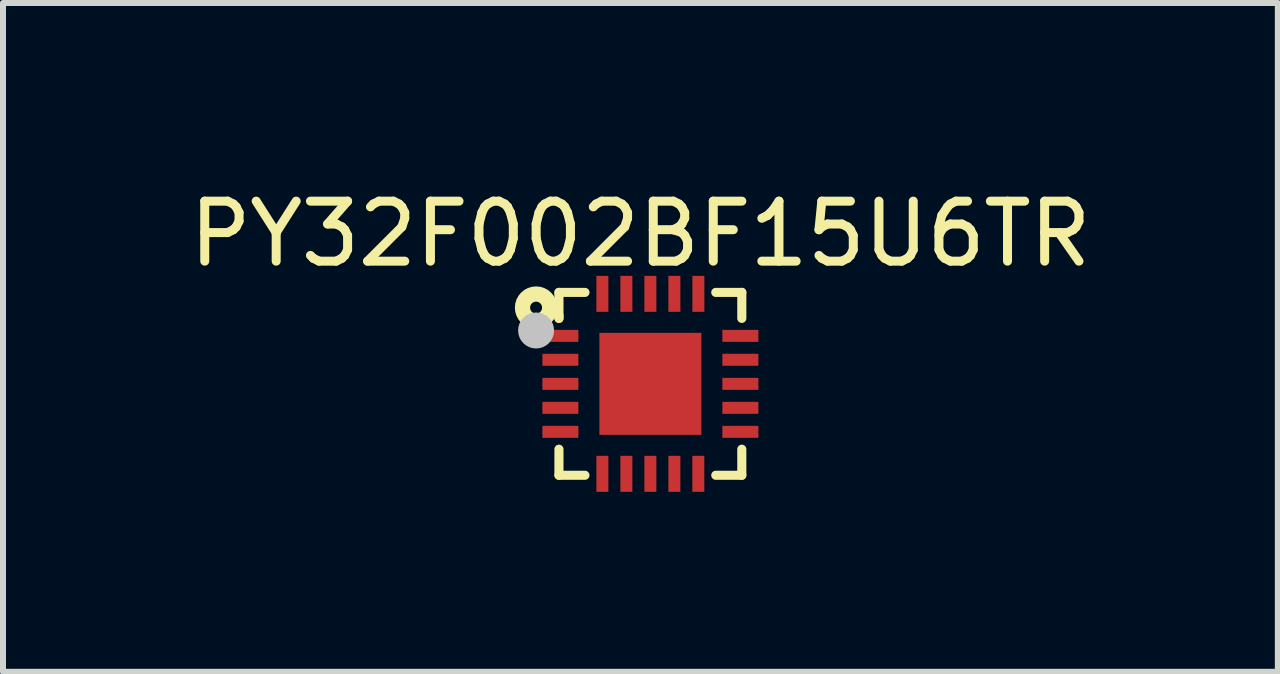
<source format=kicad_pcb>
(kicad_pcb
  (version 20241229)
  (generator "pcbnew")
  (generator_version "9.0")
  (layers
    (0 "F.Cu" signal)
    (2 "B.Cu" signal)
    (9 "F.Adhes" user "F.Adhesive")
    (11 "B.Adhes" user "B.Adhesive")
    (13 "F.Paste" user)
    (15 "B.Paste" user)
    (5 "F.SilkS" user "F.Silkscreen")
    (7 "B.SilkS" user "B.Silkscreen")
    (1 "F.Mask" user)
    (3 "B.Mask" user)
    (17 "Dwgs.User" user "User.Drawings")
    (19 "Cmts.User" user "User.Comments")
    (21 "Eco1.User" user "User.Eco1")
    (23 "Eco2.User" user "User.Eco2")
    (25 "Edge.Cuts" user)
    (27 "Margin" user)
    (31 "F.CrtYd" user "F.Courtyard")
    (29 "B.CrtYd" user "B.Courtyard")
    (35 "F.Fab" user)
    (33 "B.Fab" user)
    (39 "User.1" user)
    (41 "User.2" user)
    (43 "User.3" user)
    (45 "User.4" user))
  (footprint "PY32F002BF15U6TR"
    (layer "F.Cu")
    (at 7.791 3.348)
    (property "Reference" "PY32F002BF15U6TR" (at -0.166 -2.5 0) (layer "F.SilkS") (effects (font (size 1 1) (thickness 0.15))))
    (fp_line (start -1.524 -1.524) (end -1.09 -1.524) (stroke (width 0.152) (type default)) (layer "F.SilkS"))
    (fp_line (start -1.524 -1.091) (end -1.524 -1.524) (stroke (width 0.152) (type default)) (layer "F.SilkS"))
    (fp_line (start -1.524 -1.091) (end -1.524 -1.143) (stroke (width 0.152) (type default)) (layer "F.SilkS"))
    (fp_line (start -1.524 1.524) (end -1.524 1.09) (stroke (width 0.152) (type default)) (layer "F.SilkS"))
    (fp_line (start -1.091 1.524) (end -1.524 1.524) (stroke (width 0.152) (type default)) (layer "F.SilkS"))
    (fp_line (start 1.09 -1.524) (end 1.524 -1.524) (stroke (width 0.152) (type default)) (layer "F.SilkS"))
    (fp_line (start 1.524 -1.524) (end 1.524 -1.091) (stroke (width 0.152) (type default)) (layer "F.SilkS"))
    (fp_line (start 1.524 1.09) (end 1.524 1.524) (stroke (width 0.152) (type default)) (layer "F.SilkS"))
    (fp_line (start 1.524 1.524) (end 1.09 1.524) (stroke (width 0.152) (type default)) (layer "F.SilkS"))
    (fp_circle (center -1.905 -1.27) (end -1.805 -1.27) (stroke (width 0.254) (type default)) (fill no) (layer "F.SilkS"))
    (fp_poly (pts (xy -1.2 -0.7) (xy -1.2 -0.9) (xy -1.8 -0.9) (xy -1.8 -0.7)) (stroke (width 0) (type default)) (fill yes) (layer "F.Paste"))
    (fp_poly (pts (xy -1.2 -0.3) (xy -1.2 -0.5) (xy -1.8 -0.5) (xy -1.8 -0.3)) (stroke (width 0) (type default)) (fill yes) (layer "F.Paste"))
    (fp_poly (pts (xy -1.2 0.1) (xy -1.2 -0.1) (xy -1.8 -0.1) (xy -1.8 0.1)) (stroke (width 0) (type default)) (fill yes) (layer "F.Paste"))
    (fp_poly (pts (xy -1.2 0.5) (xy -1.2 0.3) (xy -1.8 0.3) (xy -1.8 0.5)) (stroke (width 0) (type default)) (fill yes) (layer "F.Paste"))
    (fp_poly (pts (xy -1.2 0.9) (xy -1.2 0.7) (xy -1.8 0.7) (xy -1.8 0.9)) (stroke (width 0) (type default)) (fill yes) (layer "F.Paste"))
    (fp_poly (pts (xy -0.7 -1.8) (xy -0.9 -1.8) (xy -0.9 -1.2) (xy -0.7 -1.2)) (stroke (width 0) (type default)) (fill yes) (layer "F.Paste"))
    (fp_poly (pts (xy -0.7 1.2) (xy -0.9 1.2) (xy -0.9 1.8) (xy -0.7 1.8)) (stroke (width 0) (type default)) (fill yes) (layer "F.Paste"))
    (fp_poly (pts (xy -0.3 -1.8) (xy -0.5 -1.8) (xy -0.5 -1.2) (xy -0.3 -1.2)) (stroke (width 0) (type default)) (fill yes) (layer "F.Paste"))
    (fp_poly (pts (xy -0.3 1.2) (xy -0.5 1.2) (xy -0.5 1.8) (xy -0.3 1.8)) (stroke (width 0) (type default)) (fill yes) (layer "F.Paste"))
    (fp_poly (pts (xy 0.1 -1.8) (xy -0.1 -1.8) (xy -0.1 -1.2) (xy 0.1 -1.2)) (stroke (width 0) (type default)) (fill yes) (layer "F.Paste"))
    (fp_poly (pts (xy 0.1 1.2) (xy -0.1 1.2) (xy -0.1 1.8) (xy 0.1 1.8)) (stroke (width 0) (type default)) (fill yes) (layer "F.Paste"))
    (fp_poly (pts (xy 0.5 -1.8) (xy 0.3 -1.8) (xy 0.3 -1.2) (xy 0.5 -1.2)) (stroke (width 0) (type default)) (fill yes) (layer "F.Paste"))
    (fp_poly (pts (xy 0.5 1.2) (xy 0.3 1.2) (xy 0.3 1.8) (xy 0.5 1.8)) (stroke (width 0) (type default)) (fill yes) (layer "F.Paste"))
    (fp_poly (pts (xy 0.68 0.68) (xy -0.68 0.68) (xy -0.68 -0.68) (xy 0.68 -0.68)) (stroke (width 0) (type default)) (fill yes) (layer "F.Paste"))
    (fp_poly (pts (xy 0.9 1.2) (xy 0.7 1.2) (xy 0.7 1.8) (xy 0.9 1.8)) (stroke (width 0) (type default)) (fill yes) (layer "F.Paste"))
    (fp_poly (pts (xy 0.9 -1.8) (xy 0.701 -1.8) (xy 0.701 -1.2) (xy 0.9 -1.2)) (stroke (width 0) (type default)) (fill yes) (layer "F.Paste"))
    (fp_poly (pts (xy 1.8 -0.7) (xy 1.8 -0.9) (xy 1.2 -0.9) (xy 1.2 -0.7)) (stroke (width 0) (type default)) (fill yes) (layer "F.Paste"))
    (fp_poly (pts (xy 1.8 -0.3) (xy 1.8 -0.5) (xy 1.2 -0.5) (xy 1.2 -0.3)) (stroke (width 0) (type default)) (fill yes) (layer "F.Paste"))
    (fp_poly (pts (xy 1.8 0.1) (xy 1.8 -0.1) (xy 1.2 -0.1) (xy 1.2 0.1)) (stroke (width 0) (type default)) (fill yes) (layer "F.Paste"))
    (fp_poly (pts (xy 1.8 0.5) (xy 1.8 0.3) (xy 1.2 0.3) (xy 1.2 0.5)) (stroke (width 0) (type default)) (fill yes) (layer "F.Paste"))
    (fp_poly (pts (xy 1.8 0.9) (xy 1.8 0.7) (xy 1.2 0.7) (xy 1.2 0.9)) (stroke (width 0) (type default)) (fill yes) (layer "F.Paste"))
    (fp_circle (center -1.905 -0.889) (end -1.755 -0.889) (stroke (width 0.3) (type default)) (fill no) (layer "Dwgs.User"))
    (fp_poly (pts (xy -1.2 -0.9) (xy -1.2 -0.7) (xy -1.5 -0.7) (xy -1.5 -0.9)) (stroke (width 0.1) (type default)) (fill no) (layer "User.1"))
    (fp_poly (pts (xy -1.2 -0.5) (xy -1.2 -0.3) (xy -1.5 -0.3) (xy -1.5 -0.5)) (stroke (width 0.1) (type default)) (fill no) (layer "User.1"))
    (fp_poly (pts (xy -1.2 -0.1) (xy -1.2 0.1) (xy -1.5 0.1) (xy -1.5 -0.1)) (stroke (width 0.1) (type default)) (fill no) (layer "User.1"))
    (fp_poly (pts (xy -1.2 0.3) (xy -1.2 0.5) (xy -1.5 0.5) (xy -1.5 0.3)) (stroke (width 0.1) (type default)) (fill no) (layer "User.1"))
    (fp_poly (pts (xy -1.2 0.7) (xy -1.2 0.9) (xy -1.5 0.9) (xy -1.5 0.7)) (stroke (width 0.1) (type default)) (fill no) (layer "User.1"))
    (fp_poly (pts (xy -0.9 1.2) (xy -0.7 1.2) (xy -0.7 1.5) (xy -0.9 1.5)) (stroke (width 0.1) (type default)) (fill no) (layer "User.1"))
    (fp_poly (pts (xy -0.7 -1.2) (xy -0.9 -1.2) (xy -0.9 -1.5) (xy -0.7 -1.5)) (stroke (width 0.1) (type default)) (fill no) (layer "User.1"))
    (fp_poly (pts (xy -0.5 1.2) (xy -0.3 1.2) (xy -0.3 1.5) (xy -0.5 1.5)) (stroke (width 0.1) (type default)) (fill no) (layer "User.1"))
    (fp_poly (pts (xy -0.3 -1.2) (xy -0.5 -1.2) (xy -0.5 -1.5) (xy -0.3 -1.5)) (stroke (width 0.1) (type default)) (fill no) (layer "User.1"))
    (fp_poly (pts (xy -0.1 1.2) (xy 0.1 1.2) (xy 0.1 1.5) (xy -0.1 1.5)) (stroke (width 0.1) (type default)) (fill no) (layer "User.1"))
    (fp_poly (pts (xy 0.1 -1.2) (xy -0.1 -1.2) (xy -0.1 -1.5) (xy 0.1 -1.5)) (stroke (width 0.1) (type default)) (fill no) (layer "User.1"))
    (fp_poly (pts (xy 0.299 1.2) (xy 0.499 1.2) (xy 0.499 1.5) (xy 0.299 1.5)) (stroke (width 0.1) (type default)) (fill no) (layer "User.1"))
    (fp_poly (pts (xy 0.5 -1.2) (xy 0.3 -1.2) (xy 0.3 -1.5) (xy 0.5 -1.5)) (stroke (width 0.1) (type default)) (fill no) (layer "User.1"))
    (fp_poly (pts (xy 0.7 1.2) (xy 0.899 1.2) (xy 0.899 1.5) (xy 0.7 1.5)) (stroke (width 0.1) (type default)) (fill no) (layer "User.1"))
    (fp_poly (pts (xy 0.85 0.85) (xy -0.85 0.85) (xy -0.85 -0.85) (xy 0.85 -0.85)) (stroke (width 0.1) (type default)) (fill no) (layer "User.1"))
    (fp_poly (pts (xy 0.9 -1.2) (xy 0.7 -1.2) (xy 0.7 -1.5) (xy 0.9 -1.5)) (stroke (width 0.1) (type default)) (fill no) (layer "User.1"))
    (fp_poly (pts (xy 1.5 -0.9) (xy 1.5 -0.7) (xy 1.2 -0.7) (xy 1.2 -0.9)) (stroke (width 0.1) (type default)) (fill no) (layer "User.1"))
    (fp_poly (pts (xy 1.5 -0.5) (xy 1.5 -0.3) (xy 1.2 -0.3) (xy 1.2 -0.5)) (stroke (width 0.1) (type default)) (fill no) (layer "User.1"))
    (fp_poly (pts (xy 1.5 -0.1) (xy 1.5 0.1) (xy 1.2 0.1) (xy 1.2 -0.1)) (stroke (width 0.1) (type default)) (fill no) (layer "User.1"))
    (fp_poly (pts (xy 1.5 0.3) (xy 1.5 0.5) (xy 1.2 0.5) (xy 1.2 0.3)) (stroke (width 0.1) (type default)) (fill no) (layer "User.1"))
    (fp_poly (pts (xy 1.5 0.7) (xy 1.5 0.9) (xy 1.2 0.9) (xy 1.2 0.7)) (stroke (width 0.1) (type default)) (fill no) (layer "User.1"))
    (fp_line (start -1.5 -1.5) (end 1.5 -1.5) (stroke (width 0.051) (type default)) (layer "User.2"))
    (fp_line (start -1.5 1.5) (end -1.5 -1.5) (stroke (width 0.051) (type default)) (layer "User.2"))
    (fp_line (start 1.5 -1.5) (end 1.5 1.5) (stroke (width 0.051) (type default)) (layer "User.2"))
    (fp_line (start 1.5 1.5) (end -1.5 1.5) (stroke (width 0.051) (type default)) (layer "User.2"))
    (fp_poly (pts (xy -1.445 -1.523) (xy -1.477 -1.555) (xy -1.523 -1.555) (xy -1.555 -1.523) (xy -1.555 -1.477) (xy -1.523 -1.445) (xy -1.477 -1.445) (xy -1.445 -1.477)) (stroke (width 0.1) (type default)) (fill no) (layer "User.3"))
    (pad "1" smd rect (at -1.5 -0.8) (size 0.6 0.2) (layers "F.Cu" "F.Mask" "F.Paste"))
    (pad "2" smd rect (at -1.5 -0.401) (size 0.6 0.2) (layers "F.Cu" "F.Mask" "F.Paste"))
    (pad "3" smd rect (at -1.5 0) (size 0.6 0.2) (layers "F.Cu" "F.Mask" "F.Paste"))
    (pad "4" smd rect (at -1.5 0.4) (size 0.6 0.2) (layers "F.Cu" "F.Mask" "F.Paste"))
    (pad "5" smd rect (at -1.5 0.8) (size 0.6 0.2) (layers "F.Cu" "F.Mask" "F.Paste"))
    (pad "6" smd rect (at -0.8 1.5) (size 0.2 0.6) (layers "F.Cu" "F.Mask" "F.Paste"))
    (pad "7" smd rect (at -0.4 1.5) (size 0.2 0.6) (layers "F.Cu" "F.Mask" "F.Paste"))
    (pad "8" smd rect (at 0 1.5) (size 0.2 0.6) (layers "F.Cu" "F.Mask" "F.Paste"))
    (pad "9" smd rect (at 0.4 1.5) (size 0.2 0.6) (layers "F.Cu" "F.Mask" "F.Paste"))
    (pad "10" smd rect (at 0.799 1.5) (size 0.2 0.6) (layers "F.Cu" "F.Mask" "F.Paste"))
    (pad "11" smd rect (at 1.5 0.8) (size 0.6 0.2) (layers "F.Cu" "F.Mask" "F.Paste"))
    (pad "12" smd rect (at 1.5 0.4) (size 0.6 0.2) (layers "F.Cu" "F.Mask" "F.Paste"))
    (pad "13" smd rect (at 1.5 0) (size 0.6 0.2) (layers "F.Cu" "F.Mask" "F.Paste"))
    (pad "14" smd rect (at 1.5 -0.401) (size 0.6 0.2) (layers "F.Cu" "F.Mask" "F.Paste"))
    (pad "15" smd rect (at 1.5 -0.8) (size 0.6 0.2) (layers "F.Cu" "F.Mask" "F.Paste"))
    (pad "16" smd rect (at 0.8 -1.5) (size 0.2 0.6) (layers "F.Cu" "F.Mask" "F.Paste"))
    (pad "17" smd rect (at 0.4 -1.5) (size 0.2 0.6) (layers "F.Cu" "F.Mask" "F.Paste"))
    (pad "18" smd rect (at 0 -1.5) (size 0.2 0.6) (layers "F.Cu" "F.Mask" "F.Paste"))
    (pad "19" smd rect (at -0.4 -1.5) (size 0.2 0.6) (layers "F.Cu" "F.Mask" "F.Paste"))
    (pad "20" smd rect (at -0.8 -1.5) (size 0.2 0.6) (layers "F.Cu" "F.Mask" "F.Paste"))
    (pad "21" smd rect (at 0 0 180) (size 1.7 1.7) (layers "F.Cu" "F.Mask" "F.Paste")))
  (gr_rect
    (start -3 -3)
    (end 18.25 8.148)
    (stroke (width 0.1) (type default))
    (fill no)
    (layer "Edge.Cuts")))
</source>
